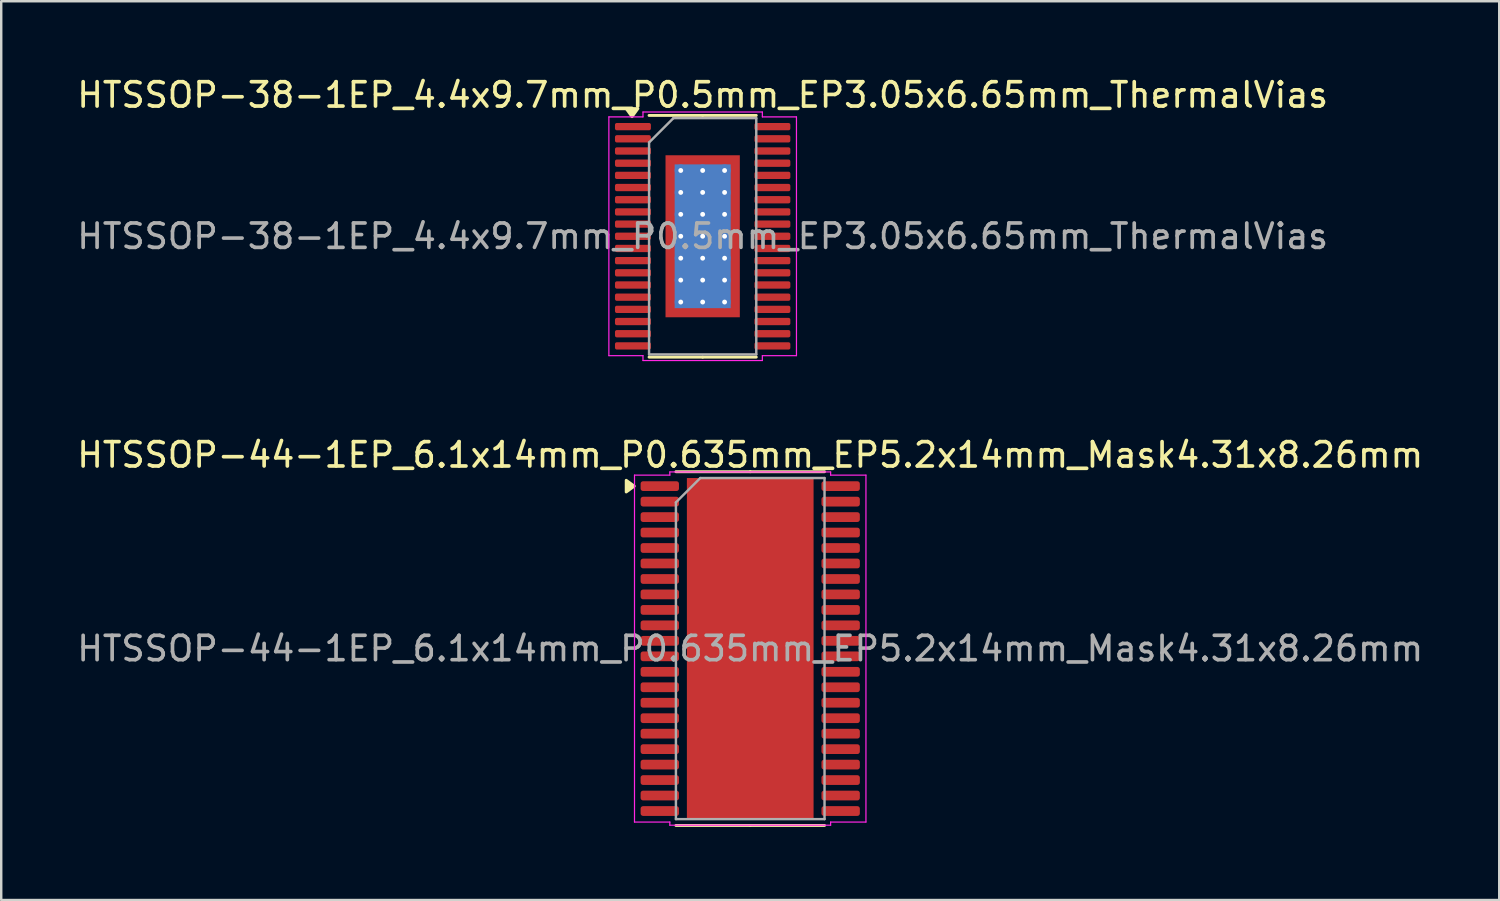
<source format=kicad_pcb>
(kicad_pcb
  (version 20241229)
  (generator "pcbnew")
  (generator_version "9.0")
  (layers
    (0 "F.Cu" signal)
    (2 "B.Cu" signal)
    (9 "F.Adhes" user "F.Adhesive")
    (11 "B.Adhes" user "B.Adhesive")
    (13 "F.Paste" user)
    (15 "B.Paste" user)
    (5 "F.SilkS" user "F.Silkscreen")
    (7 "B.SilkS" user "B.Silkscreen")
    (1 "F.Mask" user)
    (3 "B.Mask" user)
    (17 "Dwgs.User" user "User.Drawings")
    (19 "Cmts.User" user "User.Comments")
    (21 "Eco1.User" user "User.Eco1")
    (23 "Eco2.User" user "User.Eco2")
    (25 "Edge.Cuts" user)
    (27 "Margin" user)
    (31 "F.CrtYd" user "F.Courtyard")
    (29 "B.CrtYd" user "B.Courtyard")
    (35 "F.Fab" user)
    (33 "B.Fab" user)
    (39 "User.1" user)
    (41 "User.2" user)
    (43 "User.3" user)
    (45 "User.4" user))
  (footprint "HTSSOP-38-1EP_4.4x9.7mm_P0.5mm_EP3.05x6.65mm_ThermalVias"
    (layer "F.Cu")
    (at 25.792 6.648)
    (property "Reference" "HTSSOP-38-1EP_4.4x9.7mm_P0.5mm_EP3.05x6.65mm_ThermalVias" (at 0 -5.8 0) (layer "F.SilkS") (effects (font (size 1 1) (thickness 0.15))))
    (attr smd)
    (fp_line (start 0 -4.96) (end -2.2 -4.96) (stroke (width 0.12) (type solid)) (layer "F.SilkS"))
    (fp_line (start 0 -4.96) (end 2.2 -4.96) (stroke (width 0.12) (type solid)) (layer "F.SilkS"))
    (fp_line (start 0 4.96) (end -2.2 4.96) (stroke (width 0.12) (type solid)) (layer "F.SilkS"))
    (fp_line (start 0 4.96) (end 2.2 4.96) (stroke (width 0.12) (type solid)) (layer "F.SilkS"))
    (fp_poly (pts (xy -2.9 -4.91) (xy -3.14 -5.24) (xy -2.66 -5.24)) (stroke (width 0.12) (type solid)) (fill yes) (layer "F.SilkS"))
    (fp_line (start -3.85 -4.9) (end -2.45 -4.9) (stroke (width 0.05) (type solid)) (layer "F.CrtYd"))
    (fp_line (start -3.85 4.9) (end -3.85 -4.9) (stroke (width 0.05) (type solid)) (layer "F.CrtYd"))
    (fp_line (start -2.45 -5.1) (end 2.45 -5.1) (stroke (width 0.05) (type solid)) (layer "F.CrtYd"))
    (fp_line (start -2.45 -4.9) (end -2.45 -5.1) (stroke (width 0.05) (type solid)) (layer "F.CrtYd"))
    (fp_line (start -2.45 4.9) (end -3.85 4.9) (stroke (width 0.05) (type solid)) (layer "F.CrtYd"))
    (fp_line (start -2.45 5.1) (end -2.45 4.9) (stroke (width 0.05) (type solid)) (layer "F.CrtYd"))
    (fp_line (start 2.45 -5.1) (end 2.45 -4.9) (stroke (width 0.05) (type solid)) (layer "F.CrtYd"))
    (fp_line (start 2.45 -4.9) (end 3.85 -4.9) (stroke (width 0.05) (type solid)) (layer "F.CrtYd"))
    (fp_line (start 2.45 4.9) (end 2.45 5.1) (stroke (width 0.05) (type solid)) (layer "F.CrtYd"))
    (fp_line (start 2.45 5.1) (end -2.45 5.1) (stroke (width 0.05) (type solid)) (layer "F.CrtYd"))
    (fp_line (start 3.85 -4.9) (end 3.85 4.9) (stroke (width 0.05) (type solid)) (layer "F.CrtYd"))
    (fp_line (start 3.85 4.9) (end 2.45 4.9) (stroke (width 0.05) (type solid)) (layer "F.CrtYd"))
    (fp_line (start -2.2 -3.85) (end -1.2 -4.85) (stroke (width 0.1) (type solid)) (layer "F.Fab"))
    (fp_line (start -2.2 4.85) (end -2.2 -3.85) (stroke (width 0.1) (type solid)) (layer "F.Fab"))
    (fp_line (start -1.2 -4.85) (end 2.2 -4.85) (stroke (width 0.1) (type solid)) (layer "F.Fab"))
    (fp_line (start 2.2 -4.85) (end 2.2 4.85) (stroke (width 0.1) (type solid)) (layer "F.Fab"))
    (fp_line (start 2.2 4.85) (end -2.2 4.85) (stroke (width 0.1) (type solid)) (layer "F.Fab"))
    (fp_text user "${REFERENCE}" (at 0 0 0) (layer "F.Fab") (effects (font (size 1 1) (thickness 0.15))))
    (pad "" smd roundrect (at -0.76 -2.49) (size 1.23 1.34) (layers "F.Paste") (roundrect_rratio 0.203))
    (pad "" smd roundrect (at -0.76 -0.83) (size 1.23 1.34) (layers "F.Paste") (roundrect_rratio 0.203))
    (pad "" smd roundrect (at -0.76 0.83) (size 1.23 1.34) (layers "F.Paste") (roundrect_rratio 0.203))
    (pad "" smd roundrect (at -0.76 2.49) (size 1.23 1.34) (layers "F.Paste") (roundrect_rratio 0.203))
    (pad "" smd roundrect (at 0.76 -2.49) (size 1.23 1.34) (layers "F.Paste") (roundrect_rratio 0.203))
    (pad "" smd roundrect (at 0.76 -0.83) (size 1.23 1.34) (layers "F.Paste") (roundrect_rratio 0.203))
    (pad "" smd roundrect (at 0.76 0.83) (size 1.23 1.34) (layers "F.Paste") (roundrect_rratio 0.203))
    (pad "" smd roundrect (at 0.76 2.49) (size 1.23 1.34) (layers "F.Paste") (roundrect_rratio 0.203))
    (pad "1" smd roundrect (at -2.862 -4.5) (size 1.475 0.3) (layers "F.Cu" "F.Mask" "F.Paste") (roundrect_rratio 0.25))
    (pad "2" smd roundrect (at -2.862 -4) (size 1.475 0.3) (layers "F.Cu" "F.Mask" "F.Paste") (roundrect_rratio 0.25))
    (pad "3" smd roundrect (at -2.862 -3.5) (size 1.475 0.3) (layers "F.Cu" "F.Mask" "F.Paste") (roundrect_rratio 0.25))
    (pad "4" smd roundrect (at -2.862 -3) (size 1.475 0.3) (layers "F.Cu" "F.Mask" "F.Paste") (roundrect_rratio 0.25))
    (pad "5" smd roundrect (at -2.862 -2.5) (size 1.475 0.3) (layers "F.Cu" "F.Mask" "F.Paste") (roundrect_rratio 0.25))
    (pad "6" smd roundrect (at -2.862 -2) (size 1.475 0.3) (layers "F.Cu" "F.Mask" "F.Paste") (roundrect_rratio 0.25))
    (pad "7" smd roundrect (at -2.862 -1.5) (size 1.475 0.3) (layers "F.Cu" "F.Mask" "F.Paste") (roundrect_rratio 0.25))
    (pad "8" smd roundrect (at -2.862 -1) (size 1.475 0.3) (layers "F.Cu" "F.Mask" "F.Paste") (roundrect_rratio 0.25))
    (pad "9" smd roundrect (at -2.862 -0.5) (size 1.475 0.3) (layers "F.Cu" "F.Mask" "F.Paste") (roundrect_rratio 0.25))
    (pad "10" smd roundrect (at -2.862 0) (size 1.475 0.3) (layers "F.Cu" "F.Mask" "F.Paste") (roundrect_rratio 0.25))
    (pad "11" smd roundrect (at -2.862 0.5) (size 1.475 0.3) (layers "F.Cu" "F.Mask" "F.Paste") (roundrect_rratio 0.25))
    (pad "12" smd roundrect (at -2.862 1) (size 1.475 0.3) (layers "F.Cu" "F.Mask" "F.Paste") (roundrect_rratio 0.25))
    (pad "13" smd roundrect (at -2.862 1.5) (size 1.475 0.3) (layers "F.Cu" "F.Mask" "F.Paste") (roundrect_rratio 0.25))
    (pad "14" smd roundrect (at -2.862 2) (size 1.475 0.3) (layers "F.Cu" "F.Mask" "F.Paste") (roundrect_rratio 0.25))
    (pad "15" smd roundrect (at -2.862 2.5) (size 1.475 0.3) (layers "F.Cu" "F.Mask" "F.Paste") (roundrect_rratio 0.25))
    (pad "16" smd roundrect (at -2.862 3) (size 1.475 0.3) (layers "F.Cu" "F.Mask" "F.Paste") (roundrect_rratio 0.25))
    (pad "17" smd roundrect (at -2.862 3.5) (size 1.475 0.3) (layers "F.Cu" "F.Mask" "F.Paste") (roundrect_rratio 0.25))
    (pad "18" smd roundrect (at -2.862 4) (size 1.475 0.3) (layers "F.Cu" "F.Mask" "F.Paste") (roundrect_rratio 0.25))
    (pad "19" smd roundrect (at -2.862 4.5) (size 1.475 0.3) (layers "F.Cu" "F.Mask" "F.Paste") (roundrect_rratio 0.25))
    (pad "20" smd roundrect (at 2.862 4.5) (size 1.475 0.3) (layers "F.Cu" "F.Mask" "F.Paste") (roundrect_rratio 0.25))
    (pad "21" smd roundrect (at 2.862 4) (size 1.475 0.3) (layers "F.Cu" "F.Mask" "F.Paste") (roundrect_rratio 0.25))
    (pad "22" smd roundrect (at 2.862 3.5) (size 1.475 0.3) (layers "F.Cu" "F.Mask" "F.Paste") (roundrect_rratio 0.25))
    (pad "23" smd roundrect (at 2.862 3) (size 1.475 0.3) (layers "F.Cu" "F.Mask" "F.Paste") (roundrect_rratio 0.25))
    (pad "24" smd roundrect (at 2.862 2.5) (size 1.475 0.3) (layers "F.Cu" "F.Mask" "F.Paste") (roundrect_rratio 0.25))
    (pad "25" smd roundrect (at 2.862 2) (size 1.475 0.3) (layers "F.Cu" "F.Mask" "F.Paste") (roundrect_rratio 0.25))
    (pad "26" smd roundrect (at 2.862 1.5) (size 1.475 0.3) (layers "F.Cu" "F.Mask" "F.Paste") (roundrect_rratio 0.25))
    (pad "27" smd roundrect (at 2.862 1) (size 1.475 0.3) (layers "F.Cu" "F.Mask" "F.Paste") (roundrect_rratio 0.25))
    (pad "28" smd roundrect (at 2.862 0.5) (size 1.475 0.3) (layers "F.Cu" "F.Mask" "F.Paste") (roundrect_rratio 0.25))
    (pad "29" smd roundrect (at 2.862 0) (size 1.475 0.3) (layers "F.Cu" "F.Mask" "F.Paste") (roundrect_rratio 0.25))
    (pad "30" smd roundrect (at 2.862 -0.5) (size 1.475 0.3) (layers "F.Cu" "F.Mask" "F.Paste") (roundrect_rratio 0.25))
    (pad "31" smd roundrect (at 2.862 -1) (size 1.475 0.3) (layers "F.Cu" "F.Mask" "F.Paste") (roundrect_rratio 0.25))
    (pad "32" smd roundrect (at 2.862 -1.5) (size 1.475 0.3) (layers "F.Cu" "F.Mask" "F.Paste") (roundrect_rratio 0.25))
    (pad "33" smd roundrect (at 2.862 -2) (size 1.475 0.3) (layers "F.Cu" "F.Mask" "F.Paste") (roundrect_rratio 0.25))
    (pad "34" smd roundrect (at 2.862 -2.5) (size 1.475 0.3) (layers "F.Cu" "F.Mask" "F.Paste") (roundrect_rratio 0.25))
    (pad "35" smd roundrect (at 2.862 -3) (size 1.475 0.3) (layers "F.Cu" "F.Mask" "F.Paste") (roundrect_rratio 0.25))
    (pad "36" smd roundrect (at 2.862 -3.5) (size 1.475 0.3) (layers "F.Cu" "F.Mask" "F.Paste") (roundrect_rratio 0.25))
    (pad "37" smd roundrect (at 2.862 -4) (size 1.475 0.3) (layers "F.Cu" "F.Mask" "F.Paste") (roundrect_rratio 0.25))
    (pad "38" smd roundrect (at 2.862 -4.5) (size 1.475 0.3) (layers "F.Cu" "F.Mask" "F.Paste") (roundrect_rratio 0.25))
    (pad "39" thru_hole circle (at -0.9 -2.7) (size 0.5 0.5) (drill 0.2) (property pad_prop_heatsink) (layers "*.Cu"))
    (pad "39" thru_hole circle (at -0.9 -1.8) (size 0.5 0.5) (drill 0.2) (property pad_prop_heatsink) (layers "*.Cu"))
    (pad "39" thru_hole circle (at -0.9 -0.9) (size 0.5 0.5) (drill 0.2) (property pad_prop_heatsink) (layers "*.Cu"))
    (pad "39" thru_hole circle (at -0.9 0) (size 0.5 0.5) (drill 0.2) (property pad_prop_heatsink) (layers "*.Cu"))
    (pad "39" thru_hole circle (at -0.9 0.9) (size 0.5 0.5) (drill 0.2) (property pad_prop_heatsink) (layers "*.Cu"))
    (pad "39" thru_hole circle (at -0.9 1.8) (size 0.5 0.5) (drill 0.2) (property pad_prop_heatsink) (layers "*.Cu"))
    (pad "39" thru_hole circle (at -0.9 2.7) (size 0.5 0.5) (drill 0.2) (property pad_prop_heatsink) (layers "*.Cu"))
    (pad "39" thru_hole circle (at 0 -2.7) (size 0.5 0.5) (drill 0.2) (property pad_prop_heatsink) (layers "*.Cu"))
    (pad "39" thru_hole circle (at 0 -1.8) (size 0.5 0.5) (drill 0.2) (property pad_prop_heatsink) (layers "*.Cu"))
    (pad "39" thru_hole circle (at 0 -0.9) (size 0.5 0.5) (drill 0.2) (property pad_prop_heatsink) (layers "*.Cu"))
    (pad "39" thru_hole circle (at 0 0) (size 0.5 0.5) (drill 0.2) (property pad_prop_heatsink) (layers "*.Cu"))
    (pad "39" smd rect (at 0 0) (size 2.3 5.9) (property pad_prop_heatsink) (layers "B.Cu"))
    (pad "39" smd rect (at 0 0) (size 3.05 6.65) (property pad_prop_heatsink) (layers "F.Cu" "F.Mask"))
    (pad "39" thru_hole circle (at 0 0.9) (size 0.5 0.5) (drill 0.2) (property pad_prop_heatsink) (layers "*.Cu"))
    (pad "39" thru_hole circle (at 0 1.8) (size 0.5 0.5) (drill 0.2) (property pad_prop_heatsink) (layers "*.Cu"))
    (pad "39" thru_hole circle (at 0 2.7) (size 0.5 0.5) (drill 0.2) (property pad_prop_heatsink) (layers "*.Cu"))
    (pad "39" thru_hole circle (at 0.9 -2.7) (size 0.5 0.5) (drill 0.2) (property pad_prop_heatsink) (layers "*.Cu"))
    (pad "39" thru_hole circle (at 0.9 -1.8) (size 0.5 0.5) (drill 0.2) (property pad_prop_heatsink) (layers "*.Cu"))
    (pad "39" thru_hole circle (at 0.9 -0.9) (size 0.5 0.5) (drill 0.2) (property pad_prop_heatsink) (layers "*.Cu"))
    (pad "39" thru_hole circle (at 0.9 0) (size 0.5 0.5) (drill 0.2) (property pad_prop_heatsink) (layers "*.Cu"))
    (pad "39" thru_hole circle (at 0.9 0.9) (size 0.5 0.5) (drill 0.2) (property pad_prop_heatsink) (layers "*.Cu"))
    (pad "39" thru_hole circle (at 0.9 1.8) (size 0.5 0.5) (drill 0.2) (property pad_prop_heatsink) (layers "*.Cu"))
    (pad "39" thru_hole circle (at 0.9 2.7) (size 0.5 0.5) (drill 0.2) (property pad_prop_heatsink) (layers "*.Cu")))
  (footprint "HTSSOP-44-1EP_6.1x14mm_P0.635mm_EP5.2x14mm_Mask4.31x8.26mm"
    (layer "F.Cu")
    (at 27.744 23.572)
    (property "Reference" "HTSSOP-44-1EP_6.1x14mm_P0.635mm_EP5.2x14mm_Mask4.31x8.26mm" (at 0 -7.95 0) (layer "F.SilkS") (effects (font (size 1 1) (thickness 0.15))))
    (attr smd)
    (fp_line (start 0 -7.26) (end -3.05 -7.26) (stroke (width 0.12) (type solid)) (layer "F.SilkS"))
    (fp_line (start 0 -7.26) (end 3.05 -7.26) (stroke (width 0.12) (type solid)) (layer "F.SilkS"))
    (fp_line (start 0 7.26) (end -3.05 7.26) (stroke (width 0.12) (type solid)) (layer "F.SilkS"))
    (fp_line (start 0 7.26) (end 3.05 7.26) (stroke (width 0.12) (type solid)) (layer "F.SilkS"))
    (fp_poly (pts (xy -4.76 -6.668) (xy -5.09 -6.428) (xy -5.09 -6.907)) (stroke (width 0.12) (type solid)) (fill yes) (layer "F.SilkS"))
    (fp_line (start -4.75 -7.12) (end -3.3 -7.12) (stroke (width 0.05) (type solid)) (layer "F.CrtYd"))
    (fp_line (start -4.75 7.12) (end -4.75 -7.12) (stroke (width 0.05) (type solid)) (layer "F.CrtYd"))
    (fp_line (start -3.3 -7.25) (end 3.3 -7.25) (stroke (width 0.05) (type solid)) (layer "F.CrtYd"))
    (fp_line (start -3.3 -7.12) (end -3.3 -7.25) (stroke (width 0.05) (type solid)) (layer "F.CrtYd"))
    (fp_line (start -3.3 7.12) (end -4.75 7.12) (stroke (width 0.05) (type solid)) (layer "F.CrtYd"))
    (fp_line (start -3.3 7.25) (end -3.3 7.12) (stroke (width 0.05) (type solid)) (layer "F.CrtYd"))
    (fp_line (start 3.3 -7.25) (end 3.3 -7.12) (stroke (width 0.05) (type solid)) (layer "F.CrtYd"))
    (fp_line (start 3.3 -7.12) (end 4.75 -7.12) (stroke (width 0.05) (type solid)) (layer "F.CrtYd"))
    (fp_line (start 3.3 7.12) (end 3.3 7.25) (stroke (width 0.05) (type solid)) (layer "F.CrtYd"))
    (fp_line (start 3.3 7.25) (end -3.3 7.25) (stroke (width 0.05) (type solid)) (layer "F.CrtYd"))
    (fp_line (start 4.75 -7.12) (end 4.75 7.12) (stroke (width 0.05) (type solid)) (layer "F.CrtYd"))
    (fp_line (start 4.75 7.12) (end 3.3 7.12) (stroke (width 0.05) (type solid)) (layer "F.CrtYd"))
    (fp_line (start -3.05 -6) (end -2.05 -7) (stroke (width 0.1) (type solid)) (layer "F.Fab"))
    (fp_line (start -3.05 7) (end -3.05 -6) (stroke (width 0.1) (type solid)) (layer "F.Fab"))
    (fp_line (start -2.05 -7) (end 3.05 -7) (stroke (width 0.1) (type solid)) (layer "F.Fab"))
    (fp_line (start 3.05 -7) (end 3.05 7) (stroke (width 0.1) (type solid)) (layer "F.Fab"))
    (fp_line (start 3.05 7) (end -3.05 7) (stroke (width 0.1) (type solid)) (layer "F.Fab"))
    (fp_text user "${REFERENCE}" (at 0 0 0) (layer "F.Fab") (effects (font (size 1 1) (thickness 0.15))))
    (pad "" smd roundrect (at -1.44 -3.3) (size 1.16 1.33) (layers "F.Paste") (roundrect_rratio 0.216))
    (pad "" smd roundrect (at -1.44 -1.65) (size 1.16 1.33) (layers "F.Paste") (roundrect_rratio 0.216))
    (pad "" smd roundrect (at -1.44 0) (size 1.16 1.33) (layers "F.Paste") (roundrect_rratio 0.216))
    (pad "" smd roundrect (at -1.44 1.65) (size 1.16 1.33) (layers "F.Paste") (roundrect_rratio 0.216))
    (pad "" smd roundrect (at -1.44 3.3) (size 1.16 1.33) (layers "F.Paste") (roundrect_rratio 0.216))
    (pad "" smd roundrect (at 0 -3.3) (size 1.16 1.33) (layers "F.Paste") (roundrect_rratio 0.216))
    (pad "" smd roundrect (at 0 -1.65) (size 1.16 1.33) (layers "F.Paste") (roundrect_rratio 0.216))
    (pad "" smd roundrect (at 0 0) (size 1.16 1.33) (layers "F.Paste") (roundrect_rratio 0.216))
    (pad "" smd rect (at 0 0) (size 4.31 8.26) (layers "F.Mask"))
    (pad "" smd roundrect (at 0 1.65) (size 1.16 1.33) (layers "F.Paste") (roundrect_rratio 0.216))
    (pad "" smd roundrect (at 0 3.3) (size 1.16 1.33) (layers "F.Paste") (roundrect_rratio 0.216))
    (pad "" smd roundrect (at 1.44 -3.3) (size 1.16 1.33) (layers "F.Paste") (roundrect_rratio 0.216))
    (pad "" smd roundrect (at 1.44 -1.65) (size 1.16 1.33) (layers "F.Paste") (roundrect_rratio 0.216))
    (pad "" smd roundrect (at 1.44 0) (size 1.16 1.33) (layers "F.Paste") (roundrect_rratio 0.216))
    (pad "" smd roundrect (at 1.44 1.65) (size 1.16 1.33) (layers "F.Paste") (roundrect_rratio 0.216))
    (pad "" smd roundrect (at 1.44 3.3) (size 1.16 1.33) (layers "F.Paste") (roundrect_rratio 0.216))
    (pad "1" smd roundrect (at -3.712 -6.668) (size 1.575 0.4) (layers "F.Cu" "F.Mask" "F.Paste") (roundrect_rratio 0.25))
    (pad "2" smd roundrect (at -3.712 -6.032) (size 1.575 0.4) (layers "F.Cu" "F.Mask" "F.Paste") (roundrect_rratio 0.25))
    (pad "3" smd roundrect (at -3.712 -5.397) (size 1.575 0.4) (layers "F.Cu" "F.Mask" "F.Paste") (roundrect_rratio 0.25))
    (pad "4" smd roundrect (at -3.712 -4.763) (size 1.575 0.4) (layers "F.Cu" "F.Mask" "F.Paste") (roundrect_rratio 0.25))
    (pad "5" smd roundrect (at -3.712 -4.128) (size 1.575 0.4) (layers "F.Cu" "F.Mask" "F.Paste") (roundrect_rratio 0.25))
    (pad "6" smd roundrect (at -3.712 -3.493) (size 1.575 0.4) (layers "F.Cu" "F.Mask" "F.Paste") (roundrect_rratio 0.25))
    (pad "7" smd roundrect (at -3.712 -2.857) (size 1.575 0.4) (layers "F.Cu" "F.Mask" "F.Paste") (roundrect_rratio 0.25))
    (pad "8" smd roundrect (at -3.712 -2.223) (size 1.575 0.4) (layers "F.Cu" "F.Mask" "F.Paste") (roundrect_rratio 0.25))
    (pad "9" smd roundrect (at -3.712 -1.587) (size 1.575 0.4) (layers "F.Cu" "F.Mask" "F.Paste") (roundrect_rratio 0.25))
    (pad "10" smd roundrect (at -3.712 -0.953) (size 1.575 0.4) (layers "F.Cu" "F.Mask" "F.Paste") (roundrect_rratio 0.25))
    (pad "11" smd roundrect (at -3.712 -0.318) (size 1.575 0.4) (layers "F.Cu" "F.Mask" "F.Paste") (roundrect_rratio 0.25))
    (pad "12" smd roundrect (at -3.712 0.318) (size 1.575 0.4) (layers "F.Cu" "F.Mask" "F.Paste") (roundrect_rratio 0.25))
    (pad "13" smd roundrect (at -3.712 0.953) (size 1.575 0.4) (layers "F.Cu" "F.Mask" "F.Paste") (roundrect_rratio 0.25))
    (pad "14" smd roundrect (at -3.712 1.587) (size 1.575 0.4) (layers "F.Cu" "F.Mask" "F.Paste") (roundrect_rratio 0.25))
    (pad "15" smd roundrect (at -3.712 2.223) (size 1.575 0.4) (layers "F.Cu" "F.Mask" "F.Paste") (roundrect_rratio 0.25))
    (pad "16" smd roundrect (at -3.712 2.857) (size 1.575 0.4) (layers "F.Cu" "F.Mask" "F.Paste") (roundrect_rratio 0.25))
    (pad "17" smd roundrect (at -3.712 3.493) (size 1.575 0.4) (layers "F.Cu" "F.Mask" "F.Paste") (roundrect_rratio 0.25))
    (pad "18" smd roundrect (at -3.712 4.128) (size 1.575 0.4) (layers "F.Cu" "F.Mask" "F.Paste") (roundrect_rratio 0.25))
    (pad "19" smd roundrect (at -3.712 4.763) (size 1.575 0.4) (layers "F.Cu" "F.Mask" "F.Paste") (roundrect_rratio 0.25))
    (pad "20" smd roundrect (at -3.712 5.397) (size 1.575 0.4) (layers "F.Cu" "F.Mask" "F.Paste") (roundrect_rratio 0.25))
    (pad "21" smd roundrect (at -3.712 6.032) (size 1.575 0.4) (layers "F.Cu" "F.Mask" "F.Paste") (roundrect_rratio 0.25))
    (pad "22" smd roundrect (at -3.712 6.668) (size 1.575 0.4) (layers "F.Cu" "F.Mask" "F.Paste") (roundrect_rratio 0.25))
    (pad "23" smd roundrect (at 3.712 6.668) (size 1.575 0.4) (layers "F.Cu" "F.Mask" "F.Paste") (roundrect_rratio 0.25))
    (pad "24" smd roundrect (at 3.712 6.032) (size 1.575 0.4) (layers "F.Cu" "F.Mask" "F.Paste") (roundrect_rratio 0.25))
    (pad "25" smd roundrect (at 3.712 5.397) (size 1.575 0.4) (layers "F.Cu" "F.Mask" "F.Paste") (roundrect_rratio 0.25))
    (pad "26" smd roundrect (at 3.712 4.763) (size 1.575 0.4) (layers "F.Cu" "F.Mask" "F.Paste") (roundrect_rratio 0.25))
    (pad "27" smd roundrect (at 3.712 4.128) (size 1.575 0.4) (layers "F.Cu" "F.Mask" "F.Paste") (roundrect_rratio 0.25))
    (pad "28" smd roundrect (at 3.712 3.493) (size 1.575 0.4) (layers "F.Cu" "F.Mask" "F.Paste") (roundrect_rratio 0.25))
    (pad "29" smd roundrect (at 3.712 2.857) (size 1.575 0.4) (layers "F.Cu" "F.Mask" "F.Paste") (roundrect_rratio 0.25))
    (pad "30" smd roundrect (at 3.712 2.223) (size 1.575 0.4) (layers "F.Cu" "F.Mask" "F.Paste") (roundrect_rratio 0.25))
    (pad "31" smd roundrect (at 3.712 1.587) (size 1.575 0.4) (layers "F.Cu" "F.Mask" "F.Paste") (roundrect_rratio 0.25))
    (pad "32" smd roundrect (at 3.712 0.953) (size 1.575 0.4) (layers "F.Cu" "F.Mask" "F.Paste") (roundrect_rratio 0.25))
    (pad "33" smd roundrect (at 3.712 0.318) (size 1.575 0.4) (layers "F.Cu" "F.Mask" "F.Paste") (roundrect_rratio 0.25))
    (pad "34" smd roundrect (at 3.712 -0.318) (size 1.575 0.4) (layers "F.Cu" "F.Mask" "F.Paste") (roundrect_rratio 0.25))
    (pad "35" smd roundrect (at 3.712 -0.953) (size 1.575 0.4) (layers "F.Cu" "F.Mask" "F.Paste") (roundrect_rratio 0.25))
    (pad "36" smd roundrect (at 3.712 -1.587) (size 1.575 0.4) (layers "F.Cu" "F.Mask" "F.Paste") (roundrect_rratio 0.25))
    (pad "37" smd roundrect (at 3.712 -2.223) (size 1.575 0.4) (layers "F.Cu" "F.Mask" "F.Paste") (roundrect_rratio 0.25))
    (pad "38" smd roundrect (at 3.712 -2.857) (size 1.575 0.4) (layers "F.Cu" "F.Mask" "F.Paste") (roundrect_rratio 0.25))
    (pad "39" smd roundrect (at 3.712 -3.493) (size 1.575 0.4) (layers "F.Cu" "F.Mask" "F.Paste") (roundrect_rratio 0.25))
    (pad "40" smd roundrect (at 3.712 -4.128) (size 1.575 0.4) (layers "F.Cu" "F.Mask" "F.Paste") (roundrect_rratio 0.25))
    (pad "41" smd roundrect (at 3.712 -4.763) (size 1.575 0.4) (layers "F.Cu" "F.Mask" "F.Paste") (roundrect_rratio 0.25))
    (pad "42" smd roundrect (at 3.712 -5.397) (size 1.575 0.4) (layers "F.Cu" "F.Mask" "F.Paste") (roundrect_rratio 0.25))
    (pad "43" smd roundrect (at 3.712 -6.032) (size 1.575 0.4) (layers "F.Cu" "F.Mask" "F.Paste") (roundrect_rratio 0.25))
    (pad "44" smd roundrect (at 3.712 -6.668) (size 1.575 0.4) (layers "F.Cu" "F.Mask" "F.Paste") (roundrect_rratio 0.25))
    (pad "45" smd rect (at 0 0) (size 5.2 14) (property pad_prop_heatsink) (layers "F.Cu")))
  (gr_rect
    (start -3 -3)
    (end 58.488 33.892)
    (stroke (width 0.1) (type default))
    (fill no)
    (layer "Edge.Cuts")))
</source>
